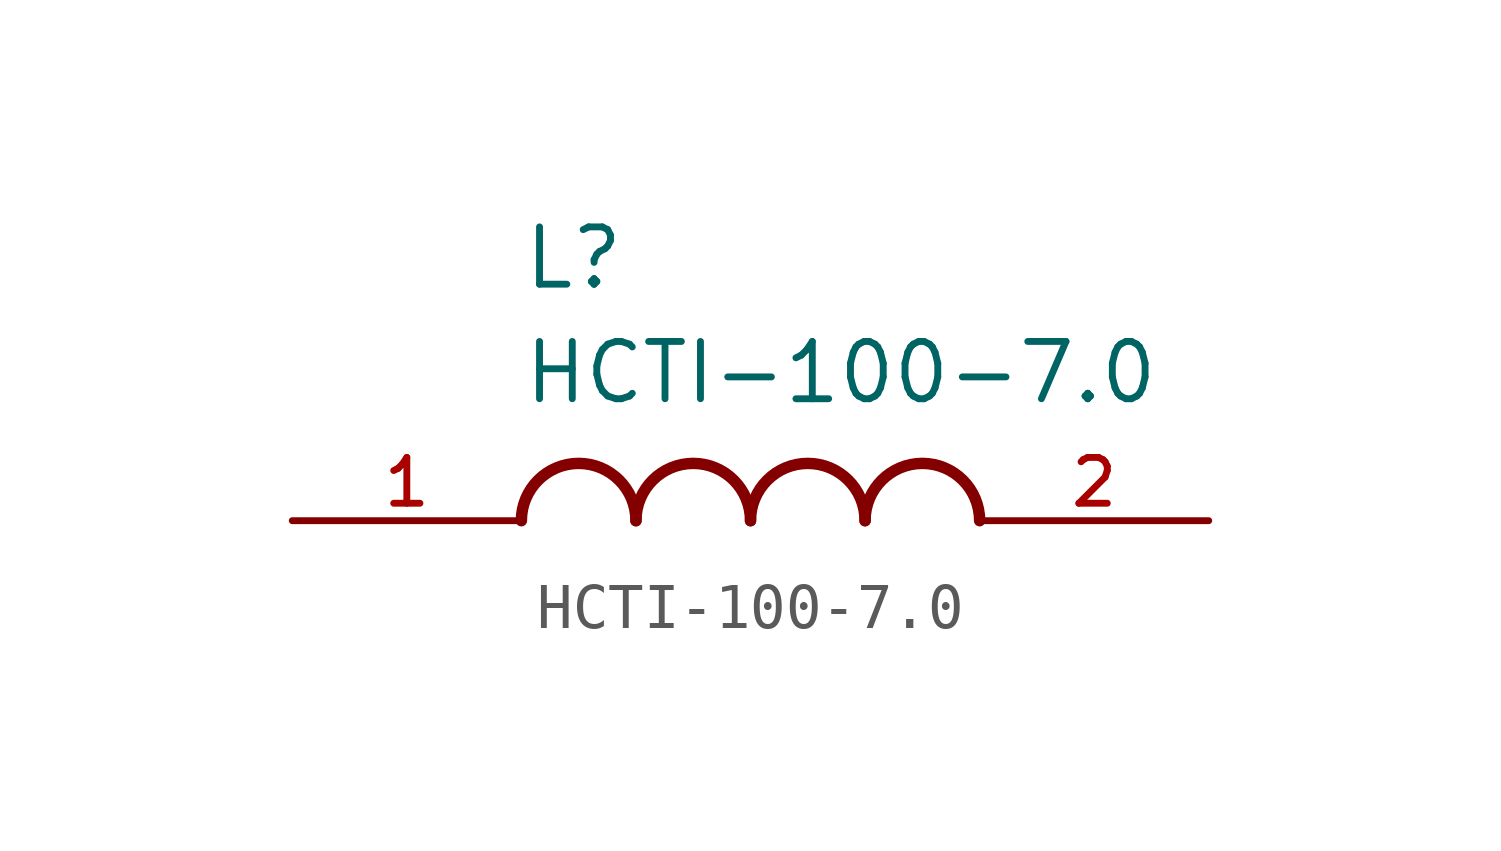
<source format=kicad_sym>
(kicad_symbol_lib
  (version 20220914)
  (generator kicad_symbol_editor)
  (symbol "HCTI-100-7.0"
    (pin_names
      (offset 1.016))
    (property "Reference" "L"
      (at -5.08 5.08 0)
      (effects (font (size 1.27 1.27)) (justify left bottom)))
    (property "Value" "HCTI-100-7.0"
      (at -5.08 2.54 0)
      (effects (font (size 1.27 1.27)) (justify left bottom)))
    (symbol "HCTI-100-7.0_0_0"
      (arc (start -2.54 0) (mid -3.81 1.2645) (end -5.08 0) (stroke (width 0.254) (type default)) (fill (type none)))
      (arc (start 0 0) (mid -1.27 1.2645) (end -2.54 0) (stroke (width 0.254) (type default)) (fill (type none)))
      (arc (start 2.54 0) (mid 1.27 1.2645) (end 0 0) (stroke (width 0.254) (type default)) (fill (type none)))
      (arc (start 5.08 0) (mid 3.81 1.2645) (end 2.54 0) (stroke (width 0.254) (type default)) (fill (type none)))
      (pin passive line (at -10.16 0 0) (length 5.08) (name "~" (effects (font (size 1.016 1.016)))) (number "1" (effects (font (size 1.016 1.016)))))
      (pin passive line (at 10.16 0 180) (length 5.08) (name "~" (effects (font (size 1.016 1.016)))) (number "2" (effects (font (size 1.016 1.016))))))))
</source>
